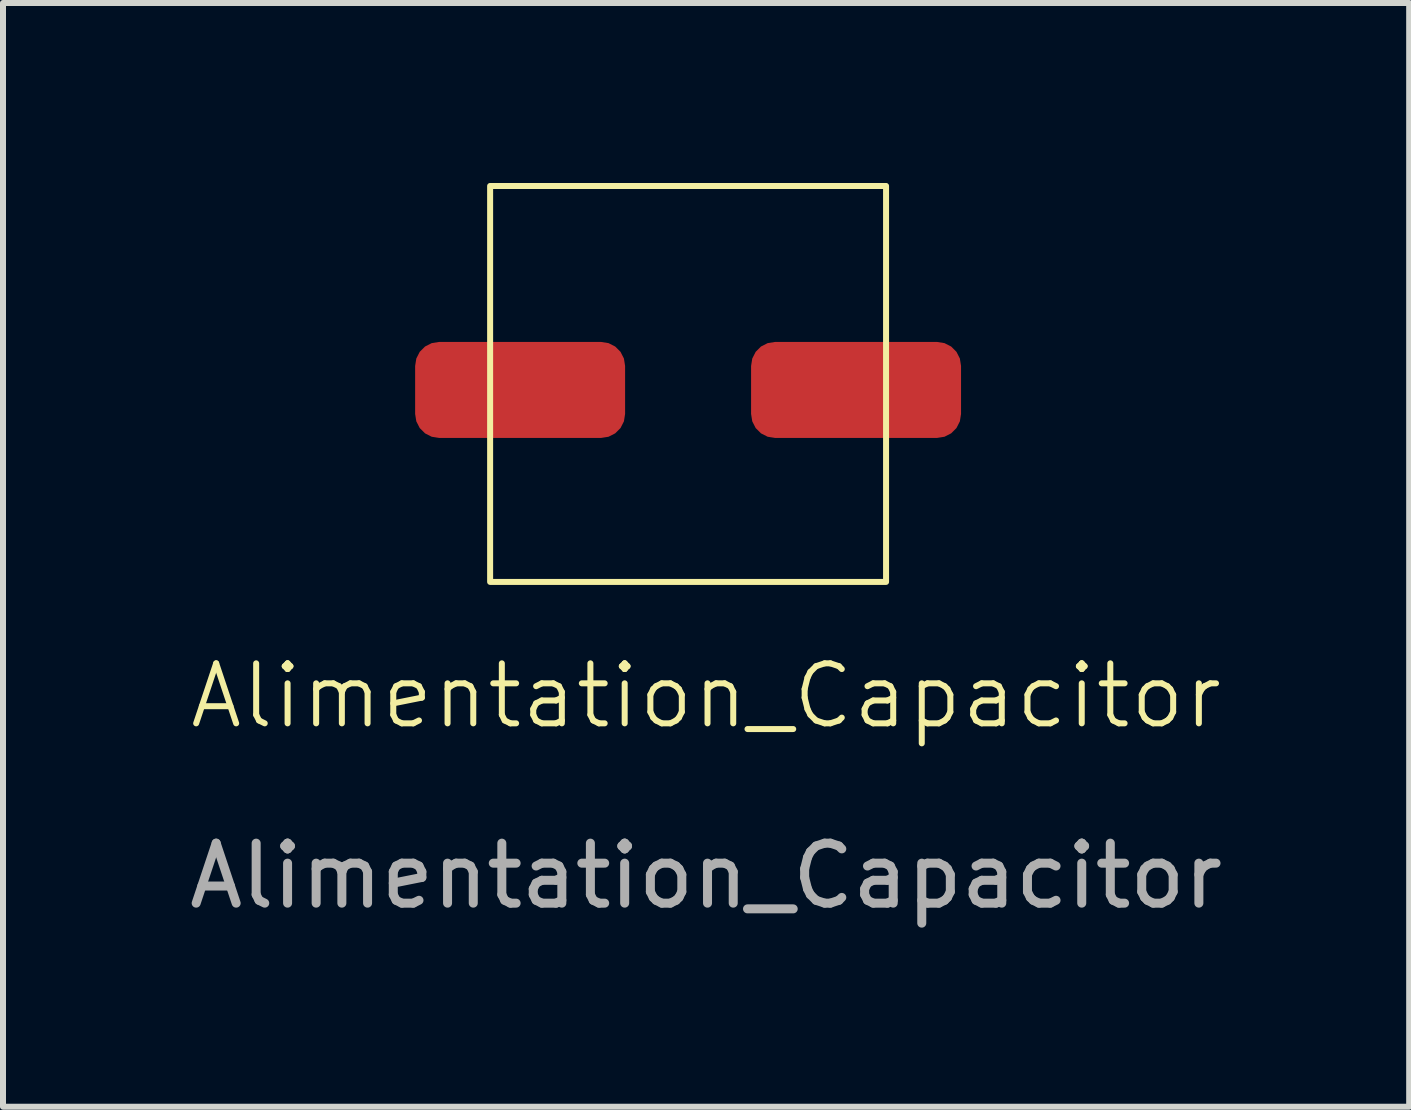
<source format=kicad_pcb>
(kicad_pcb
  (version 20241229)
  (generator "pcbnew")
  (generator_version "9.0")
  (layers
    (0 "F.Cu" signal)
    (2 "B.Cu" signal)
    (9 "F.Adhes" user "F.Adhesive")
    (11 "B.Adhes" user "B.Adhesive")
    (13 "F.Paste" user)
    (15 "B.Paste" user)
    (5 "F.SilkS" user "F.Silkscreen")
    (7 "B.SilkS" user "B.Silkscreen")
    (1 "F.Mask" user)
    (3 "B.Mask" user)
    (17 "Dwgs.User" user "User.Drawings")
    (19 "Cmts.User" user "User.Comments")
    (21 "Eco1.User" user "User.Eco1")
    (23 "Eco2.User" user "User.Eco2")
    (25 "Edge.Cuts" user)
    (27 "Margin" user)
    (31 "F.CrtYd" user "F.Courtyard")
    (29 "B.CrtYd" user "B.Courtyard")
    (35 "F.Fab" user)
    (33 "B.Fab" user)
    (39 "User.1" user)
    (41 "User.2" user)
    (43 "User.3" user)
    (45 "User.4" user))
  (footprint "Alimentation_Capacitor"
    (layer "F.Cu")
    (at 8.72 9.05)
    (property "Reference" "Alimentation_Capacitor" (at 0 -0.5 0) (unlocked yes) (layer "F.SilkS") (effects (font (size 1 1) (thickness 0.1))))
    (attr smd)
    (fp_rect (start -3.6 -9) (end 3 -2.4) (stroke (width 0.1) (type default)) (fill no) (layer "F.SilkS"))
    (fp_text user "${REFERENCE}" (at 0 2.5 0) (unlocked yes) (layer "F.Fab") (effects (font (size 1 1) (thickness 0.15))))
    (pad "1" smd roundrect (at -3.1 -5.6) (size 3.5 1.6) (layers "F.Cu" "F.Mask" "F.Paste") (roundrect_rratio 0.25))
    (pad "2" smd roundrect (at 2.5 -5.6) (size 3.5 1.6) (layers "F.Cu" "F.Mask" "F.Paste") (roundrect_rratio 0.25)))
  (gr_rect
    (start -3 -3)
    (end 20.44 15.398)
    (stroke (width 0.1) (type default))
    (fill no)
    (layer "Edge.Cuts")))
</source>
